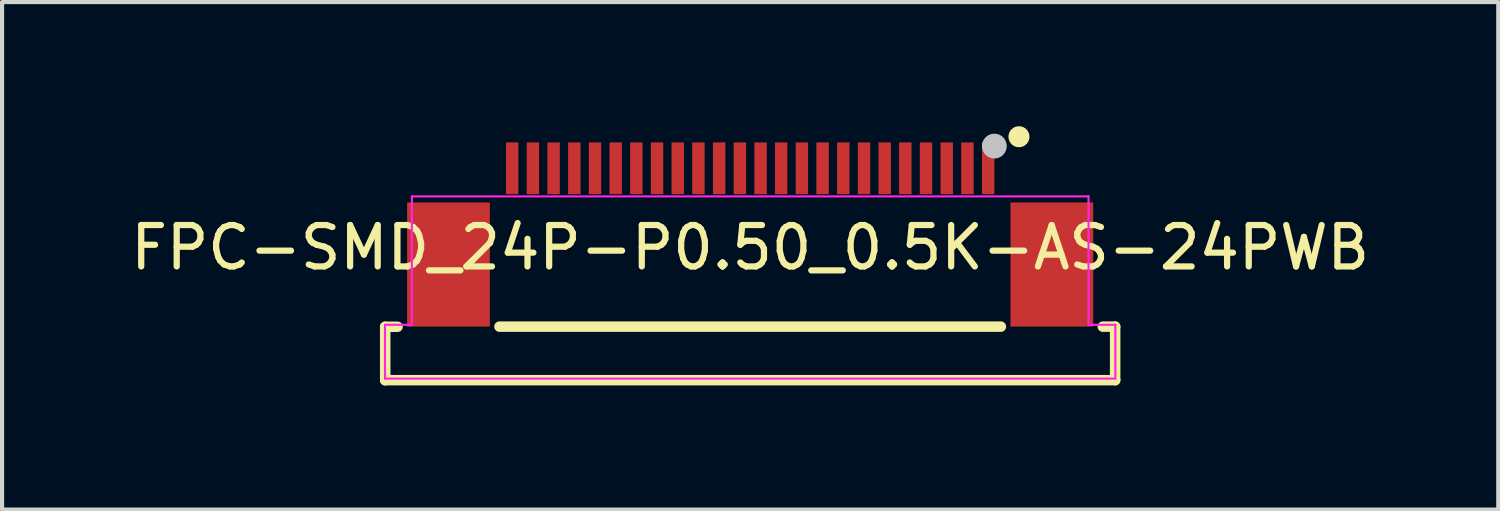
<source format=kicad_pcb>
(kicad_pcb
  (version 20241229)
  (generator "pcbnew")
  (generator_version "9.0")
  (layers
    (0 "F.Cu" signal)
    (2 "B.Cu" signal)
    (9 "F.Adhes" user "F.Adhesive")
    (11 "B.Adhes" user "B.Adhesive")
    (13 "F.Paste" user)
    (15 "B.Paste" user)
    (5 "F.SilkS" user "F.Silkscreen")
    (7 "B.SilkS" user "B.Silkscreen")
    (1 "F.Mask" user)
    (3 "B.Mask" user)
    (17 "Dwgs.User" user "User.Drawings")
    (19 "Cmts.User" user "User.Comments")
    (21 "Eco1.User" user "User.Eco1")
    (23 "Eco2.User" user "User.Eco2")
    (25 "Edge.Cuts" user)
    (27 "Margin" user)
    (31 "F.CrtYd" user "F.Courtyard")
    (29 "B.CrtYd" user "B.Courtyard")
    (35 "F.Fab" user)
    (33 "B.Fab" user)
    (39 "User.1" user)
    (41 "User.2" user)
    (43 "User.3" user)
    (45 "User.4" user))
  (footprint "FPC-SMD_24P-P0.50_0.5K-AS-24PWB"
    (layer "F.Cu")
    (at 15.077 2.179)
    (property "Reference" "FPC-SMD_24P-P0.50_0.5K-AS-24PWB" (at 0 0.754 0) (layer "F.SilkS") (effects (font (size 1 1) (thickness 0.15))))
    (attr through_hole)
    (fp_line (start -8.819 2.667) (end -8.522 2.667) (stroke (width 0.254) (type solid)) (layer "F.SilkS"))
    (fp_line (start -8.819 3.957) (end -8.819 2.667) (stroke (width 0.254) (type solid)) (layer "F.SilkS"))
    (fp_line (start -6.058 2.664) (end 6.058 2.664) (stroke (width 0.254) (type solid)) (layer "F.SilkS"))
    (fp_line (start 8.522 2.664) (end 8.819 2.664) (stroke (width 0.254) (type solid)) (layer "F.SilkS"))
    (fp_line (start 8.819 2.664) (end 8.819 3.957) (stroke (width 0.254) (type solid)) (layer "F.SilkS"))
    (fp_line (start 8.819 3.957) (end -8.819 3.957) (stroke (width 0.254) (type solid)) (layer "F.SilkS"))
    (fp_circle (center 6.495 -1.925) (end 6.622 -1.925) (stroke (width 0.254) (type solid)) (fill no) (layer "F.SilkS"))
    (fp_circle (center 5.9 -1.699) (end 6.05 -1.699) (stroke (width 0.3) (type solid)) (fill no) (layer "Dwgs.User"))
    (fp_poly (pts (xy -8.169 -0.483) (xy -6.37 -0.483) (xy -6.37 2.619) (xy -8.169 2.619)) (stroke (width 0.005) (type solid)) (fill no) (layer "Eco2.User"))
    (fp_poly (pts (xy -5.85 -1.382) (xy -5.649 -1.382) (xy -5.649 -0.381) (xy -5.85 -0.381)) (stroke (width 0.005) (type solid)) (fill no) (layer "Eco2.User"))
    (fp_poly (pts (xy -5.349 -1.382) (xy -5.151 -1.382) (xy -5.151 -0.381) (xy -5.349 -0.381)) (stroke (width 0.005) (type solid)) (fill no) (layer "Eco2.User"))
    (fp_poly (pts (xy -4.849 -1.382) (xy -4.651 -1.382) (xy -4.651 -0.381) (xy -4.849 -0.381)) (stroke (width 0.005) (type solid)) (fill no) (layer "Eco2.User"))
    (fp_poly (pts (xy -4.351 -1.382) (xy -4.15 -1.382) (xy -4.15 -0.381) (xy -4.351 -0.381)) (stroke (width 0.005) (type solid)) (fill no) (layer "Eco2.User"))
    (fp_poly (pts (xy -3.851 -1.382) (xy -3.65 -1.382) (xy -3.65 -0.381) (xy -3.851 -0.381)) (stroke (width 0.005) (type solid)) (fill no) (layer "Eco2.User"))
    (fp_poly (pts (xy -3.35 -1.382) (xy -3.15 -1.382) (xy -3.15 -0.381) (xy -3.35 -0.381)) (stroke (width 0.005) (type solid)) (fill no) (layer "Eco2.User"))
    (fp_poly (pts (xy -2.85 -1.382) (xy -2.649 -1.382) (xy -2.649 -0.381) (xy -2.85 -0.381)) (stroke (width 0.005) (type solid)) (fill no) (layer "Eco2.User"))
    (fp_poly (pts (xy -2.349 -1.382) (xy -2.149 -1.382) (xy -2.149 -0.381) (xy -2.349 -0.381)) (stroke (width 0.005) (type solid)) (fill no) (layer "Eco2.User"))
    (fp_poly (pts (xy -1.849 -1.382) (xy -1.651 -1.382) (xy -1.651 -0.381) (xy -1.849 -0.381)) (stroke (width 0.005) (type solid)) (fill no) (layer "Eco2.User"))
    (fp_poly (pts (xy -1.349 -1.382) (xy -1.151 -1.382) (xy -1.151 -0.381) (xy -1.349 -0.381)) (stroke (width 0.005) (type solid)) (fill no) (layer "Eco2.User"))
    (fp_poly (pts (xy -0.851 -1.382) (xy -0.65 -1.382) (xy -0.65 -0.381) (xy -0.851 -0.381)) (stroke (width 0.005) (type solid)) (fill no) (layer "Eco2.User"))
    (fp_poly (pts (xy -0.35 -1.382) (xy -0.15 -1.382) (xy -0.15 -0.381) (xy -0.35 -0.381)) (stroke (width 0.005) (type solid)) (fill no) (layer "Eco2.User"))
    (fp_poly (pts (xy 0.15 -1.382) (xy 0.35 -1.382) (xy 0.35 -0.381) (xy 0.15 -0.381)) (stroke (width 0.005) (type solid)) (fill no) (layer "Eco2.User"))
    (fp_poly (pts (xy 0.65 -1.382) (xy 0.851 -1.382) (xy 0.851 -0.381) (xy 0.65 -0.381)) (stroke (width 0.005) (type solid)) (fill no) (layer "Eco2.User"))
    (fp_poly (pts (xy 1.151 -1.382) (xy 1.351 -1.382) (xy 1.351 -0.381) (xy 1.151 -0.381)) (stroke (width 0.005) (type solid)) (fill no) (layer "Eco2.User"))
    (fp_poly (pts (xy 1.651 -1.382) (xy 1.849 -1.382) (xy 1.849 -0.381) (xy 1.651 -0.381)) (stroke (width 0.005) (type solid)) (fill no) (layer "Eco2.User"))
    (fp_poly (pts (xy 2.151 -1.382) (xy 2.349 -1.382) (xy 2.349 -0.381) (xy 2.151 -0.381)) (stroke (width 0.005) (type solid)) (fill no) (layer "Eco2.User"))
    (fp_poly (pts (xy 2.649 -1.382) (xy 2.85 -1.382) (xy 2.85 -0.381) (xy 2.649 -0.381)) (stroke (width 0.005) (type solid)) (fill no) (layer "Eco2.User"))
    (fp_poly (pts (xy 3.15 -1.382) (xy 3.35 -1.382) (xy 3.35 -0.381) (xy 3.15 -0.381)) (stroke (width 0.005) (type solid)) (fill no) (layer "Eco2.User"))
    (fp_poly (pts (xy 3.65 -1.382) (xy 3.851 -1.382) (xy 3.851 -0.381) (xy 3.65 -0.381)) (stroke (width 0.005) (type solid)) (fill no) (layer "Eco2.User"))
    (fp_poly (pts (xy 4.15 -1.382) (xy 4.351 -1.382) (xy 4.351 -0.381) (xy 4.15 -0.381)) (stroke (width 0.005) (type solid)) (fill no) (layer "Eco2.User"))
    (fp_poly (pts (xy 4.651 -1.382) (xy 4.849 -1.382) (xy 4.849 -0.381) (xy 4.651 -0.381)) (stroke (width 0.005) (type solid)) (fill no) (layer "Eco2.User"))
    (fp_poly (pts (xy 5.151 -1.382) (xy 5.349 -1.382) (xy 5.349 -0.381) (xy 5.151 -0.381)) (stroke (width 0.005) (type solid)) (fill no) (layer "Eco2.User"))
    (fp_poly (pts (xy 5.649 -1.382) (xy 5.85 -1.382) (xy 5.85 -0.381) (xy 5.649 -0.381)) (stroke (width 0.005) (type solid)) (fill no) (layer "Eco2.User"))
    (fp_poly (pts (xy 6.37 -0.483) (xy 8.169 -0.483) (xy 8.169 2.619) (xy 6.37 2.619)) (stroke (width 0.005) (type solid)) (fill no) (layer "Eco2.User"))
    (fp_poly (pts (xy 8.885 -1.382) (xy 8.884 -1.394) (xy 8.88 -1.405) (xy 8.875 -1.416) (xy 8.867 -1.425) (xy 8.858 -1.432) (xy 8.847 -1.438) (xy 8.836 -1.442) (xy 8.824 -1.443) (xy 8.812 -1.442) (xy 8.801 -1.438) (xy 8.79 -1.432) (xy 8.781 -1.425) (xy 8.773 -1.416) (xy 8.768 -1.405) (xy 8.764 -1.394) (xy 8.763 -1.382) (xy 8.764 -1.37) (xy 8.768 -1.358) (xy 8.773 -1.348) (xy 8.781 -1.339) (xy 8.79 -1.331) (xy 8.801 -1.325) (xy 8.812 -1.322) (xy 8.824 -1.321) (xy 8.836 -1.322) (xy 8.847 -1.325) (xy 8.858 -1.331) (xy 8.867 -1.339) (xy 8.875 -1.348) (xy 8.88 -1.358) (xy 8.884 -1.37)) (stroke (width 0.005) (type solid)) (fill no) (layer "Eco2.User"))
    (fp_line (start -8.824 2.619) (end -8.174 2.619) (stroke (width 0.051) (type solid)) (layer "F.CrtYd"))
    (fp_line (start -8.824 3.919) (end -8.824 2.619) (stroke (width 0.051) (type solid)) (layer "F.CrtYd"))
    (fp_line (start -8.174 -0.483) (end 8.176 -0.483) (stroke (width 0.051) (type solid)) (layer "F.CrtYd"))
    (fp_line (start -8.174 2.619) (end -8.174 -0.483) (stroke (width 0.051) (type solid)) (layer "F.CrtYd"))
    (fp_line (start 8.176 -0.483) (end 8.176 2.619) (stroke (width 0.051) (type solid)) (layer "F.CrtYd"))
    (fp_line (start 8.176 2.619) (end 8.824 2.619) (stroke (width 0.051) (type solid)) (layer "F.CrtYd"))
    (fp_line (start 8.824 2.619) (end 8.824 3.919) (stroke (width 0.051) (type solid)) (layer "F.CrtYd"))
    (fp_line (start 8.824 3.919) (end -8.824 3.919) (stroke (width 0.051) (type solid)) (layer "F.CrtYd"))
    (pad "1" smd rect (at 5.751 -1.163) (size 0.3 1.25) (layers "F.Cu" "F.Mask" "F.Paste"))
    (pad "2" smd rect (at 5.25 -1.163) (size 0.3 1.25) (layers "F.Cu" "F.Mask" "F.Paste"))
    (pad "3" smd rect (at 4.75 -1.163) (size 0.3 1.25) (layers "F.Cu" "F.Mask" "F.Paste"))
    (pad "4" smd rect (at 4.249 -1.163) (size 0.3 1.25) (layers "F.Cu" "F.Mask" "F.Paste"))
    (pad "5" smd rect (at 3.749 -1.163) (size 0.3 1.25) (layers "F.Cu" "F.Mask" "F.Paste"))
    (pad "6" smd rect (at 3.251 -1.163) (size 0.3 1.25) (layers "F.Cu" "F.Mask" "F.Paste"))
    (pad "7" smd rect (at 2.751 -1.163) (size 0.3 1.25) (layers "F.Cu" "F.Mask" "F.Paste"))
    (pad "8" smd rect (at 2.25 -1.163) (size 0.3 1.25) (layers "F.Cu" "F.Mask" "F.Paste"))
    (pad "9" smd rect (at 1.75 -1.163) (size 0.3 1.25) (layers "F.Cu" "F.Mask" "F.Paste"))
    (pad "10" smd rect (at 1.25 -1.163) (size 0.3 1.25) (layers "F.Cu" "F.Mask" "F.Paste"))
    (pad "11" smd rect (at 0.749 -1.163) (size 0.3 1.25) (layers "F.Cu" "F.Mask" "F.Paste"))
    (pad "12" smd rect (at 0.252 -1.163) (size 0.3 1.25) (layers "F.Cu" "F.Mask" "F.Paste"))
    (pad "13" smd rect (at -0.249 -1.163) (size 0.3 1.25) (layers "F.Cu" "F.Mask" "F.Paste"))
    (pad "14" smd rect (at -0.749 -1.163) (size 0.3 1.25) (layers "F.Cu" "F.Mask" "F.Paste"))
    (pad "15" smd rect (at -1.25 -1.163) (size 0.3 1.25) (layers "F.Cu" "F.Mask" "F.Paste"))
    (pad "16" smd rect (at -1.75 -1.163) (size 0.3 1.25) (layers "F.Cu" "F.Mask" "F.Paste"))
    (pad "17" smd rect (at -2.25 -1.163) (size 0.3 1.25) (layers "F.Cu" "F.Mask" "F.Paste"))
    (pad "18" smd rect (at -2.751 -1.163) (size 0.3 1.25) (layers "F.Cu" "F.Mask" "F.Paste"))
    (pad "19" smd rect (at -3.249 -1.163) (size 0.3 1.25) (layers "F.Cu" "F.Mask" "F.Paste"))
    (pad "20" smd rect (at -3.749 -1.163) (size 0.3 1.25) (layers "F.Cu" "F.Mask" "F.Paste"))
    (pad "21" smd rect (at -4.249 -1.163) (size 0.3 1.25) (layers "F.Cu" "F.Mask" "F.Paste"))
    (pad "22" smd rect (at -4.75 -1.163) (size 0.3 1.25) (layers "F.Cu" "F.Mask" "F.Paste"))
    (pad "23" smd rect (at -5.25 -1.163) (size 0.3 1.25) (layers "F.Cu" "F.Mask" "F.Paste"))
    (pad "24" smd rect (at -5.751 -1.163) (size 0.3 1.25) (layers "F.Cu" "F.Mask" "F.Paste"))
    (pad "25" smd rect (at -7.29 1.163) (size 1.999 3) (layers "F.Cu" "F.Mask" "F.Paste"))
    (pad "26" smd rect (at 7.29 1.163) (size 1.999 3) (layers "F.Cu" "F.Mask" "F.Paste")))
  (gr_rect
    (start -3 -3)
    (end 33.154 9.264)
    (stroke (width 0.1) (type default))
    (fill no)
    (layer "Edge.Cuts")))
</source>
